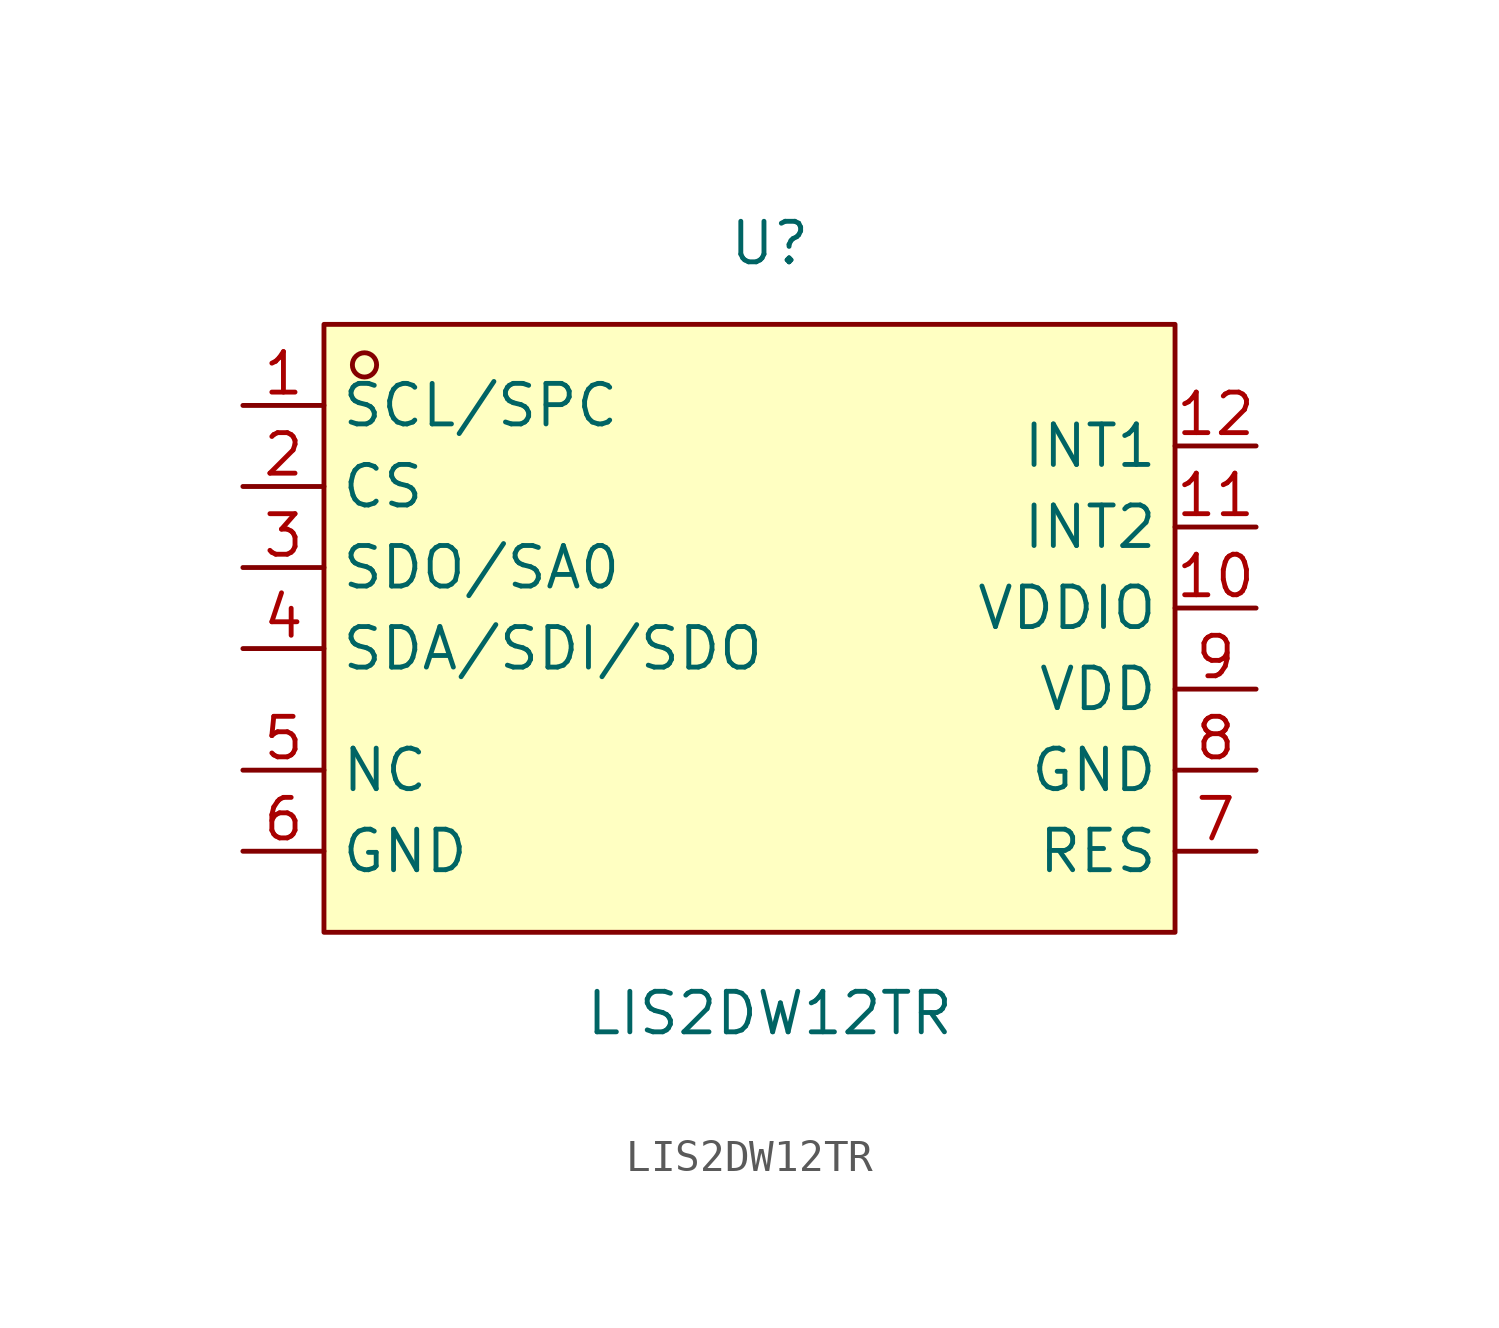
<source format=kicad_sym>
(kicad_symbol_lib
  (version 20211014)
  (generator https://github.com/uPesy/easyeda2kicad.py)
  (symbol "LIS2DW12TR"
    (property "Reference" "U"
      (at 0 12.70 0)
      (effects (font (size 1.27 1.27))))
    (property "Value" "LIS2DW12TR"
      (at 0 -11.43 0)
      (effects (font (size 1.27 1.27))))
    (symbol "LIS2DW12TR_0_1"
      (rectangle (start -13.97 10.16) (end 12.70 -8.89) (stroke (width 0) (type default) (color 0 0 0 0)) (fill (type background)))
      (circle (center -12.70 8.89) (radius 0.38) (stroke (width 0) (type default) (color 0 0 0 0)) (fill (type none)))
      (pin unspecified line (at -16.51 7.62 0) (length 2.54) (name "SCL/SPC" (effects (font (size 1.27 1.27)))) (number "1" (effects (font (size 1.27 1.27)))))
      (pin unspecified line (at -16.51 5.08 0) (length 2.54) (name "CS" (effects (font (size 1.27 1.27)))) (number "2" (effects (font (size 1.27 1.27)))))
      (pin unspecified line (at -16.51 2.54 0) (length 2.54) (name "SDO/SA0" (effects (font (size 1.27 1.27)))) (number "3" (effects (font (size 1.27 1.27)))))
      (pin unspecified line (at -16.51 -0.00 0) (length 2.54) (name "SDA/SDI/SDO" (effects (font (size 1.27 1.27)))) (number "4" (effects (font (size 1.27 1.27)))))
      (pin unspecified line (at -16.51 -3.81 0) (length 2.54) (name "NC" (effects (font (size 1.27 1.27)))) (number "5" (effects (font (size 1.27 1.27)))))
      (pin unspecified line (at -16.51 -6.35 0) (length 2.54) (name "GND" (effects (font (size 1.27 1.27)))) (number "6" (effects (font (size 1.27 1.27)))))
      (pin unspecified line (at 15.24 -6.35 180) (length 2.54) (name "RES" (effects (font (size 1.27 1.27)))) (number "7" (effects (font (size 1.27 1.27)))))
      (pin unspecified line (at 15.24 -3.81 180) (length 2.54) (name "GND" (effects (font (size 1.27 1.27)))) (number "8" (effects (font (size 1.27 1.27)))))
      (pin unspecified line (at 15.24 -1.27 180) (length 2.54) (name "VDD" (effects (font (size 1.27 1.27)))) (number "9" (effects (font (size 1.27 1.27)))))
      (pin unspecified line (at 15.24 1.27 180) (length 2.54) (name "VDDIO" (effects (font (size 1.27 1.27)))) (number "10" (effects (font (size 1.27 1.27)))))
      (pin unspecified line (at 15.24 3.81 180) (length 2.54) (name "INT2" (effects (font (size 1.27 1.27)))) (number "11" (effects (font (size 1.27 1.27)))))
      (pin unspecified line (at 15.24 6.35 180) (length 2.54) (name "INT1" (effects (font (size 1.27 1.27)))) (number "12" (effects (font (size 1.27 1.27))))))))
</source>
